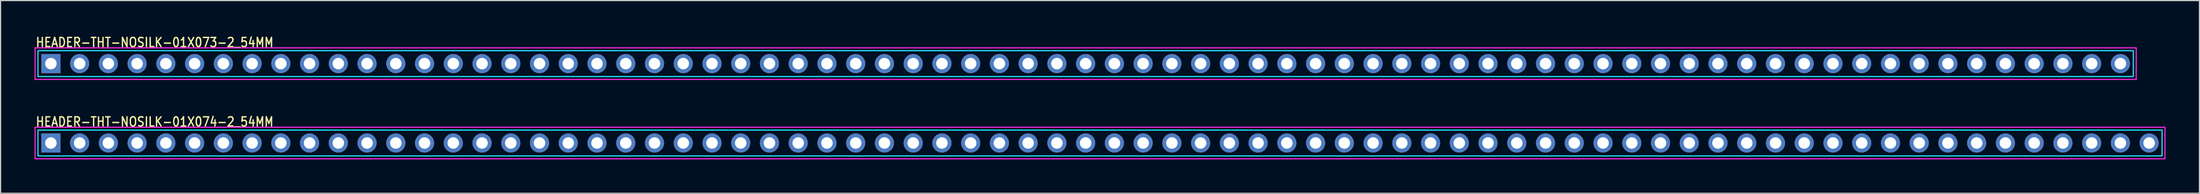
<source format=kicad_pcb>
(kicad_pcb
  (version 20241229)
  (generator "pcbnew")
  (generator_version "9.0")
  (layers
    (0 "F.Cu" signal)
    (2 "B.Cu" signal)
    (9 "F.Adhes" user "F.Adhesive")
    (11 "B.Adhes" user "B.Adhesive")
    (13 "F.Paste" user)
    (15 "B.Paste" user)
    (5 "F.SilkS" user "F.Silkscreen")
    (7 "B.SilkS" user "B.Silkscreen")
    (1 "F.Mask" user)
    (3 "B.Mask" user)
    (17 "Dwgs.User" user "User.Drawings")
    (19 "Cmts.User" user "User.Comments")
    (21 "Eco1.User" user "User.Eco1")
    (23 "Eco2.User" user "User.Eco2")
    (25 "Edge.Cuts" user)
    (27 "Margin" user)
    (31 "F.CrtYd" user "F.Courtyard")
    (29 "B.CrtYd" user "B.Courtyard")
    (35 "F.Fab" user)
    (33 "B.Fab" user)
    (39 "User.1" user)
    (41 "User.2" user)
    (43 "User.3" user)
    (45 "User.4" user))
  (footprint "HEADER-THT-NOSILK-01X073-2_54MM"
    (layer "F.Cu")
    (at 1.447 2.579)
    (property "Reference" "HEADER-THT-NOSILK-01X073-2_54MM" (at -1.4 -1.4 0) (unlocked yes) (layer "F.SilkS") (effects (font (size 0.813 0.695) (thickness 0.122)) (justify left bottom)))
    (fp_poly (pts (xy -1.143 -1.143) (xy 184.023 -1.143) (xy 184.023 1.143) (xy -1.143 1.143)) (stroke (width 0.1) (type solid)) (fill no) (layer "B.CrtYd"))
    (fp_poly (pts (xy -1.397 -1.397) (xy 184.277 -1.397) (xy 184.277 1.397) (xy -1.397 1.397)) (stroke (width 0.1) (type solid)) (fill no) (layer "F.CrtYd"))
    (pad "1" thru_hole rect (at 0 0) (size 1.693 1.693) (drill 1.016) (layers "*.Cu" "*.Mask"))
    (pad "2" thru_hole oval (at 2.54 0) (size 1.693 1.693) (drill 1.016) (layers "*.Cu" "*.Mask"))
    (pad "3" thru_hole oval (at 5.08 0) (size 1.693 1.693) (drill 1.016) (layers "*.Cu" "*.Mask"))
    (pad "4" thru_hole oval (at 7.62 0) (size 1.693 1.693) (drill 1.016) (layers "*.Cu" "*.Mask"))
    (pad "5" thru_hole oval (at 10.16 0) (size 1.693 1.693) (drill 1.016) (layers "*.Cu" "*.Mask"))
    (pad "6" thru_hole oval (at 12.7 0) (size 1.693 1.693) (drill 1.016) (layers "*.Cu" "*.Mask"))
    (pad "7" thru_hole oval (at 15.24 0) (size 1.693 1.693) (drill 1.016) (layers "*.Cu" "*.Mask"))
    (pad "8" thru_hole oval (at 17.78 0) (size 1.693 1.693) (drill 1.016) (layers "*.Cu" "*.Mask"))
    (pad "9" thru_hole oval (at 20.32 0) (size 1.693 1.693) (drill 1.016) (layers "*.Cu" "*.Mask"))
    (pad "10" thru_hole oval (at 22.86 0) (size 1.693 1.693) (drill 1.016) (layers "*.Cu" "*.Mask"))
    (pad "11" thru_hole oval (at 25.4 0) (size 1.693 1.693) (drill 1.016) (layers "*.Cu" "*.Mask"))
    (pad "12" thru_hole oval (at 27.94 0) (size 1.693 1.693) (drill 1.016) (layers "*.Cu" "*.Mask"))
    (pad "13" thru_hole oval (at 30.48 0) (size 1.693 1.693) (drill 1.016) (layers "*.Cu" "*.Mask"))
    (pad "14" thru_hole oval (at 33.02 0) (size 1.693 1.693) (drill 1.016) (layers "*.Cu" "*.Mask"))
    (pad "15" thru_hole oval (at 35.56 0) (size 1.693 1.693) (drill 1.016) (layers "*.Cu" "*.Mask"))
    (pad "16" thru_hole oval (at 38.1 0) (size 1.693 1.693) (drill 1.016) (layers "*.Cu" "*.Mask"))
    (pad "17" thru_hole oval (at 40.64 0) (size 1.693 1.693) (drill 1.016) (layers "*.Cu" "*.Mask"))
    (pad "18" thru_hole oval (at 43.18 0) (size 1.693 1.693) (drill 1.016) (layers "*.Cu" "*.Mask"))
    (pad "19" thru_hole oval (at 45.72 0) (size 1.693 1.693) (drill 1.016) (layers "*.Cu" "*.Mask"))
    (pad "20" thru_hole oval (at 48.26 0) (size 1.693 1.693) (drill 1.016) (layers "*.Cu" "*.Mask"))
    (pad "21" thru_hole oval (at 50.8 0) (size 1.693 1.693) (drill 1.016) (layers "*.Cu" "*.Mask"))
    (pad "22" thru_hole oval (at 53.34 0) (size 1.693 1.693) (drill 1.016) (layers "*.Cu" "*.Mask"))
    (pad "23" thru_hole oval (at 55.88 0) (size 1.693 1.693) (drill 1.016) (layers "*.Cu" "*.Mask"))
    (pad "24" thru_hole oval (at 58.42 0) (size 1.693 1.693) (drill 1.016) (layers "*.Cu" "*.Mask"))
    (pad "25" thru_hole oval (at 60.96 0) (size 1.693 1.693) (drill 1.016) (layers "*.Cu" "*.Mask"))
    (pad "26" thru_hole oval (at 63.5 0) (size 1.693 1.693) (drill 1.016) (layers "*.Cu" "*.Mask"))
    (pad "27" thru_hole oval (at 66.04 0) (size 1.693 1.693) (drill 1.016) (layers "*.Cu" "*.Mask"))
    (pad "28" thru_hole oval (at 68.58 0) (size 1.693 1.693) (drill 1.016) (layers "*.Cu" "*.Mask"))
    (pad "29" thru_hole oval (at 71.12 0) (size 1.693 1.693) (drill 1.016) (layers "*.Cu" "*.Mask"))
    (pad "30" thru_hole oval (at 73.66 0) (size 1.693 1.693) (drill 1.016) (layers "*.Cu" "*.Mask"))
    (pad "31" thru_hole oval (at 76.2 0) (size 1.693 1.693) (drill 1.016) (layers "*.Cu" "*.Mask"))
    (pad "32" thru_hole oval (at 78.74 0) (size 1.693 1.693) (drill 1.016) (layers "*.Cu" "*.Mask"))
    (pad "33" thru_hole oval (at 81.28 0) (size 1.693 1.693) (drill 1.016) (layers "*.Cu" "*.Mask"))
    (pad "34" thru_hole oval (at 83.82 0) (size 1.693 1.693) (drill 1.016) (layers "*.Cu" "*.Mask"))
    (pad "35" thru_hole oval (at 86.36 0) (size 1.693 1.693) (drill 1.016) (layers "*.Cu" "*.Mask"))
    (pad "36" thru_hole oval (at 88.9 0) (size 1.693 1.693) (drill 1.016) (layers "*.Cu" "*.Mask"))
    (pad "37" thru_hole oval (at 91.44 0) (size 1.693 1.693) (drill 1.016) (layers "*.Cu" "*.Mask"))
    (pad "38" thru_hole oval (at 93.98 0) (size 1.693 1.693) (drill 1.016) (layers "*.Cu" "*.Mask"))
    (pad "39" thru_hole oval (at 96.52 0) (size 1.693 1.693) (drill 1.016) (layers "*.Cu" "*.Mask"))
    (pad "40" thru_hole oval (at 99.06 0) (size 1.693 1.693) (drill 1.016) (layers "*.Cu" "*.Mask"))
    (pad "41" thru_hole oval (at 101.6 0) (size 1.693 1.693) (drill 1.016) (layers "*.Cu" "*.Mask"))
    (pad "42" thru_hole oval (at 104.14 0) (size 1.693 1.693) (drill 1.016) (layers "*.Cu" "*.Mask"))
    (pad "43" thru_hole oval (at 106.68 0) (size 1.693 1.693) (drill 1.016) (layers "*.Cu" "*.Mask"))
    (pad "44" thru_hole oval (at 109.22 0) (size 1.693 1.693) (drill 1.016) (layers "*.Cu" "*.Mask"))
    (pad "45" thru_hole oval (at 111.76 0) (size 1.693 1.693) (drill 1.016) (layers "*.Cu" "*.Mask"))
    (pad "46" thru_hole oval (at 114.3 0) (size 1.693 1.693) (drill 1.016) (layers "*.Cu" "*.Mask"))
    (pad "47" thru_hole oval (at 116.84 0) (size 1.693 1.693) (drill 1.016) (layers "*.Cu" "*.Mask"))
    (pad "48" thru_hole oval (at 119.38 0) (size 1.693 1.693) (drill 1.016) (layers "*.Cu" "*.Mask"))
    (pad "49" thru_hole oval (at 121.92 0) (size 1.693 1.693) (drill 1.016) (layers "*.Cu" "*.Mask"))
    (pad "50" thru_hole oval (at 124.46 0) (size 1.693 1.693) (drill 1.016) (layers "*.Cu" "*.Mask"))
    (pad "51" thru_hole oval (at 127 0) (size 1.693 1.693) (drill 1.016) (layers "*.Cu" "*.Mask"))
    (pad "52" thru_hole oval (at 129.54 0) (size 1.693 1.693) (drill 1.016) (layers "*.Cu" "*.Mask"))
    (pad "53" thru_hole oval (at 132.08 0) (size 1.693 1.693) (drill 1.016) (layers "*.Cu" "*.Mask"))
    (pad "54" thru_hole oval (at 134.62 0) (size 1.693 1.693) (drill 1.016) (layers "*.Cu" "*.Mask"))
    (pad "55" thru_hole oval (at 137.16 0) (size 1.693 1.693) (drill 1.016) (layers "*.Cu" "*.Mask"))
    (pad "56" thru_hole oval (at 139.7 0) (size 1.693 1.693) (drill 1.016) (layers "*.Cu" "*.Mask"))
    (pad "57" thru_hole oval (at 142.24 0) (size 1.693 1.693) (drill 1.016) (layers "*.Cu" "*.Mask"))
    (pad "58" thru_hole oval (at 144.78 0) (size 1.693 1.693) (drill 1.016) (layers "*.Cu" "*.Mask"))
    (pad "59" thru_hole oval (at 147.32 0) (size 1.693 1.693) (drill 1.016) (layers "*.Cu" "*.Mask"))
    (pad "60" thru_hole oval (at 149.86 0) (size 1.693 1.693) (drill 1.016) (layers "*.Cu" "*.Mask"))
    (pad "61" thru_hole oval (at 152.4 0) (size 1.693 1.693) (drill 1.016) (layers "*.Cu" "*.Mask"))
    (pad "62" thru_hole oval (at 154.94 0) (size 1.693 1.693) (drill 1.016) (layers "*.Cu" "*.Mask"))
    (pad "63" thru_hole oval (at 157.48 0) (size 1.693 1.693) (drill 1.016) (layers "*.Cu" "*.Mask"))
    (pad "64" thru_hole oval (at 160.02 0) (size 1.693 1.693) (drill 1.016) (layers "*.Cu" "*.Mask"))
    (pad "65" thru_hole oval (at 162.56 0) (size 1.693 1.693) (drill 1.016) (layers "*.Cu" "*.Mask"))
    (pad "66" thru_hole oval (at 165.1 0) (size 1.693 1.693) (drill 1.016) (layers "*.Cu" "*.Mask"))
    (pad "67" thru_hole oval (at 167.64 0) (size 1.693 1.693) (drill 1.016) (layers "*.Cu" "*.Mask"))
    (pad "68" thru_hole oval (at 170.18 0) (size 1.693 1.693) (drill 1.016) (layers "*.Cu" "*.Mask"))
    (pad "69" thru_hole oval (at 172.72 0) (size 1.693 1.693) (drill 1.016) (layers "*.Cu" "*.Mask"))
    (pad "70" thru_hole oval (at 175.26 0) (size 1.693 1.693) (drill 1.016) (layers "*.Cu" "*.Mask"))
    (pad "71" thru_hole oval (at 177.8 0) (size 1.693 1.693) (drill 1.016) (layers "*.Cu" "*.Mask"))
    (pad "72" thru_hole oval (at 180.34 0) (size 1.693 1.693) (drill 1.016) (layers "*.Cu" "*.Mask"))
    (pad "73" thru_hole oval (at 182.88 0) (size 1.693 1.693) (drill 1.016) (layers "*.Cu" "*.Mask")))
  (footprint "HEADER-THT-NOSILK-01X074-2_54MM"
    (layer "F.Cu")
    (at 1.447 9.604)
    (property "Reference" "HEADER-THT-NOSILK-01X074-2_54MM" (at -1.4 -1.4 0) (unlocked yes) (layer "F.SilkS") (effects (font (size 0.813 0.695) (thickness 0.122)) (justify left bottom)))
    (fp_poly (pts (xy -1.143 -1.143) (xy 186.563 -1.143) (xy 186.563 1.143) (xy -1.143 1.143)) (stroke (width 0.1) (type solid)) (fill no) (layer "B.CrtYd"))
    (fp_poly (pts (xy -1.397 -1.397) (xy 186.817 -1.397) (xy 186.817 1.397) (xy -1.397 1.397)) (stroke (width 0.1) (type solid)) (fill no) (layer "F.CrtYd"))
    (pad "1" thru_hole rect (at 0 0) (size 1.693 1.693) (drill 1.016) (layers "*.Cu" "*.Mask"))
    (pad "2" thru_hole oval (at 2.54 0) (size 1.693 1.693) (drill 1.016) (layers "*.Cu" "*.Mask"))
    (pad "3" thru_hole oval (at 5.08 0) (size 1.693 1.693) (drill 1.016) (layers "*.Cu" "*.Mask"))
    (pad "4" thru_hole oval (at 7.62 0) (size 1.693 1.693) (drill 1.016) (layers "*.Cu" "*.Mask"))
    (pad "5" thru_hole oval (at 10.16 0) (size 1.693 1.693) (drill 1.016) (layers "*.Cu" "*.Mask"))
    (pad "6" thru_hole oval (at 12.7 0) (size 1.693 1.693) (drill 1.016) (layers "*.Cu" "*.Mask"))
    (pad "7" thru_hole oval (at 15.24 0) (size 1.693 1.693) (drill 1.016) (layers "*.Cu" "*.Mask"))
    (pad "8" thru_hole oval (at 17.78 0) (size 1.693 1.693) (drill 1.016) (layers "*.Cu" "*.Mask"))
    (pad "9" thru_hole oval (at 20.32 0) (size 1.693 1.693) (drill 1.016) (layers "*.Cu" "*.Mask"))
    (pad "10" thru_hole oval (at 22.86 0) (size 1.693 1.693) (drill 1.016) (layers "*.Cu" "*.Mask"))
    (pad "11" thru_hole oval (at 25.4 0) (size 1.693 1.693) (drill 1.016) (layers "*.Cu" "*.Mask"))
    (pad "12" thru_hole oval (at 27.94 0) (size 1.693 1.693) (drill 1.016) (layers "*.Cu" "*.Mask"))
    (pad "13" thru_hole oval (at 30.48 0) (size 1.693 1.693) (drill 1.016) (layers "*.Cu" "*.Mask"))
    (pad "14" thru_hole oval (at 33.02 0) (size 1.693 1.693) (drill 1.016) (layers "*.Cu" "*.Mask"))
    (pad "15" thru_hole oval (at 35.56 0) (size 1.693 1.693) (drill 1.016) (layers "*.Cu" "*.Mask"))
    (pad "16" thru_hole oval (at 38.1 0) (size 1.693 1.693) (drill 1.016) (layers "*.Cu" "*.Mask"))
    (pad "17" thru_hole oval (at 40.64 0) (size 1.693 1.693) (drill 1.016) (layers "*.Cu" "*.Mask"))
    (pad "18" thru_hole oval (at 43.18 0) (size 1.693 1.693) (drill 1.016) (layers "*.Cu" "*.Mask"))
    (pad "19" thru_hole oval (at 45.72 0) (size 1.693 1.693) (drill 1.016) (layers "*.Cu" "*.Mask"))
    (pad "20" thru_hole oval (at 48.26 0) (size 1.693 1.693) (drill 1.016) (layers "*.Cu" "*.Mask"))
    (pad "21" thru_hole oval (at 50.8 0) (size 1.693 1.693) (drill 1.016) (layers "*.Cu" "*.Mask"))
    (pad "22" thru_hole oval (at 53.34 0) (size 1.693 1.693) (drill 1.016) (layers "*.Cu" "*.Mask"))
    (pad "23" thru_hole oval (at 55.88 0) (size 1.693 1.693) (drill 1.016) (layers "*.Cu" "*.Mask"))
    (pad "24" thru_hole oval (at 58.42 0) (size 1.693 1.693) (drill 1.016) (layers "*.Cu" "*.Mask"))
    (pad "25" thru_hole oval (at 60.96 0) (size 1.693 1.693) (drill 1.016) (layers "*.Cu" "*.Mask"))
    (pad "26" thru_hole oval (at 63.5 0) (size 1.693 1.693) (drill 1.016) (layers "*.Cu" "*.Mask"))
    (pad "27" thru_hole oval (at 66.04 0) (size 1.693 1.693) (drill 1.016) (layers "*.Cu" "*.Mask"))
    (pad "28" thru_hole oval (at 68.58 0) (size 1.693 1.693) (drill 1.016) (layers "*.Cu" "*.Mask"))
    (pad "29" thru_hole oval (at 71.12 0) (size 1.693 1.693) (drill 1.016) (layers "*.Cu" "*.Mask"))
    (pad "30" thru_hole oval (at 73.66 0) (size 1.693 1.693) (drill 1.016) (layers "*.Cu" "*.Mask"))
    (pad "31" thru_hole oval (at 76.2 0) (size 1.693 1.693) (drill 1.016) (layers "*.Cu" "*.Mask"))
    (pad "32" thru_hole oval (at 78.74 0) (size 1.693 1.693) (drill 1.016) (layers "*.Cu" "*.Mask"))
    (pad "33" thru_hole oval (at 81.28 0) (size 1.693 1.693) (drill 1.016) (layers "*.Cu" "*.Mask"))
    (pad "34" thru_hole oval (at 83.82 0) (size 1.693 1.693) (drill 1.016) (layers "*.Cu" "*.Mask"))
    (pad "35" thru_hole oval (at 86.36 0) (size 1.693 1.693) (drill 1.016) (layers "*.Cu" "*.Mask"))
    (pad "36" thru_hole oval (at 88.9 0) (size 1.693 1.693) (drill 1.016) (layers "*.Cu" "*.Mask"))
    (pad "37" thru_hole oval (at 91.44 0) (size 1.693 1.693) (drill 1.016) (layers "*.Cu" "*.Mask"))
    (pad "38" thru_hole oval (at 93.98 0) (size 1.693 1.693) (drill 1.016) (layers "*.Cu" "*.Mask"))
    (pad "39" thru_hole oval (at 96.52 0) (size 1.693 1.693) (drill 1.016) (layers "*.Cu" "*.Mask"))
    (pad "40" thru_hole oval (at 99.06 0) (size 1.693 1.693) (drill 1.016) (layers "*.Cu" "*.Mask"))
    (pad "41" thru_hole oval (at 101.6 0) (size 1.693 1.693) (drill 1.016) (layers "*.Cu" "*.Mask"))
    (pad "42" thru_hole oval (at 104.14 0) (size 1.693 1.693) (drill 1.016) (layers "*.Cu" "*.Mask"))
    (pad "43" thru_hole oval (at 106.68 0) (size 1.693 1.693) (drill 1.016) (layers "*.Cu" "*.Mask"))
    (pad "44" thru_hole oval (at 109.22 0) (size 1.693 1.693) (drill 1.016) (layers "*.Cu" "*.Mask"))
    (pad "45" thru_hole oval (at 111.76 0) (size 1.693 1.693) (drill 1.016) (layers "*.Cu" "*.Mask"))
    (pad "46" thru_hole oval (at 114.3 0) (size 1.693 1.693) (drill 1.016) (layers "*.Cu" "*.Mask"))
    (pad "47" thru_hole oval (at 116.84 0) (size 1.693 1.693) (drill 1.016) (layers "*.Cu" "*.Mask"))
    (pad "48" thru_hole oval (at 119.38 0) (size 1.693 1.693) (drill 1.016) (layers "*.Cu" "*.Mask"))
    (pad "49" thru_hole oval (at 121.92 0) (size 1.693 1.693) (drill 1.016) (layers "*.Cu" "*.Mask"))
    (pad "50" thru_hole oval (at 124.46 0) (size 1.693 1.693) (drill 1.016) (layers "*.Cu" "*.Mask"))
    (pad "51" thru_hole oval (at 127 0) (size 1.693 1.693) (drill 1.016) (layers "*.Cu" "*.Mask"))
    (pad "52" thru_hole oval (at 129.54 0) (size 1.693 1.693) (drill 1.016) (layers "*.Cu" "*.Mask"))
    (pad "53" thru_hole oval (at 132.08 0) (size 1.693 1.693) (drill 1.016) (layers "*.Cu" "*.Mask"))
    (pad "54" thru_hole oval (at 134.62 0) (size 1.693 1.693) (drill 1.016) (layers "*.Cu" "*.Mask"))
    (pad "55" thru_hole oval (at 137.16 0) (size 1.693 1.693) (drill 1.016) (layers "*.Cu" "*.Mask"))
    (pad "56" thru_hole oval (at 139.7 0) (size 1.693 1.693) (drill 1.016) (layers "*.Cu" "*.Mask"))
    (pad "57" thru_hole oval (at 142.24 0) (size 1.693 1.693) (drill 1.016) (layers "*.Cu" "*.Mask"))
    (pad "58" thru_hole oval (at 144.78 0) (size 1.693 1.693) (drill 1.016) (layers "*.Cu" "*.Mask"))
    (pad "59" thru_hole oval (at 147.32 0) (size 1.693 1.693) (drill 1.016) (layers "*.Cu" "*.Mask"))
    (pad "60" thru_hole oval (at 149.86 0) (size 1.693 1.693) (drill 1.016) (layers "*.Cu" "*.Mask"))
    (pad "61" thru_hole oval (at 152.4 0) (size 1.693 1.693) (drill 1.016) (layers "*.Cu" "*.Mask"))
    (pad "62" thru_hole oval (at 154.94 0) (size 1.693 1.693) (drill 1.016) (layers "*.Cu" "*.Mask"))
    (pad "63" thru_hole oval (at 157.48 0) (size 1.693 1.693) (drill 1.016) (layers "*.Cu" "*.Mask"))
    (pad "64" thru_hole oval (at 160.02 0) (size 1.693 1.693) (drill 1.016) (layers "*.Cu" "*.Mask"))
    (pad "65" thru_hole oval (at 162.56 0) (size 1.693 1.693) (drill 1.016) (layers "*.Cu" "*.Mask"))
    (pad "66" thru_hole oval (at 165.1 0) (size 1.693 1.693) (drill 1.016) (layers "*.Cu" "*.Mask"))
    (pad "67" thru_hole oval (at 167.64 0) (size 1.693 1.693) (drill 1.016) (layers "*.Cu" "*.Mask"))
    (pad "68" thru_hole oval (at 170.18 0) (size 1.693 1.693) (drill 1.016) (layers "*.Cu" "*.Mask"))
    (pad "69" thru_hole oval (at 172.72 0) (size 1.693 1.693) (drill 1.016) (layers "*.Cu" "*.Mask"))
    (pad "70" thru_hole oval (at 175.26 0) (size 1.693 1.693) (drill 1.016) (layers "*.Cu" "*.Mask"))
    (pad "71" thru_hole oval (at 177.8 0) (size 1.693 1.693) (drill 1.016) (layers "*.Cu" "*.Mask"))
    (pad "72" thru_hole oval (at 180.34 0) (size 1.693 1.693) (drill 1.016) (layers "*.Cu" "*.Mask"))
    (pad "73" thru_hole oval (at 182.88 0) (size 1.693 1.693) (drill 1.016) (layers "*.Cu" "*.Mask"))
    (pad "74" thru_hole oval (at 185.42 0) (size 1.693 1.693) (drill 1.016) (layers "*.Cu" "*.Mask")))
  (gr_rect
    (start -3 -3)
    (end 191.314 14.051)
    (stroke (width 0.1) (type default))
    (fill no)
    (layer "Edge.Cuts")))
</source>
